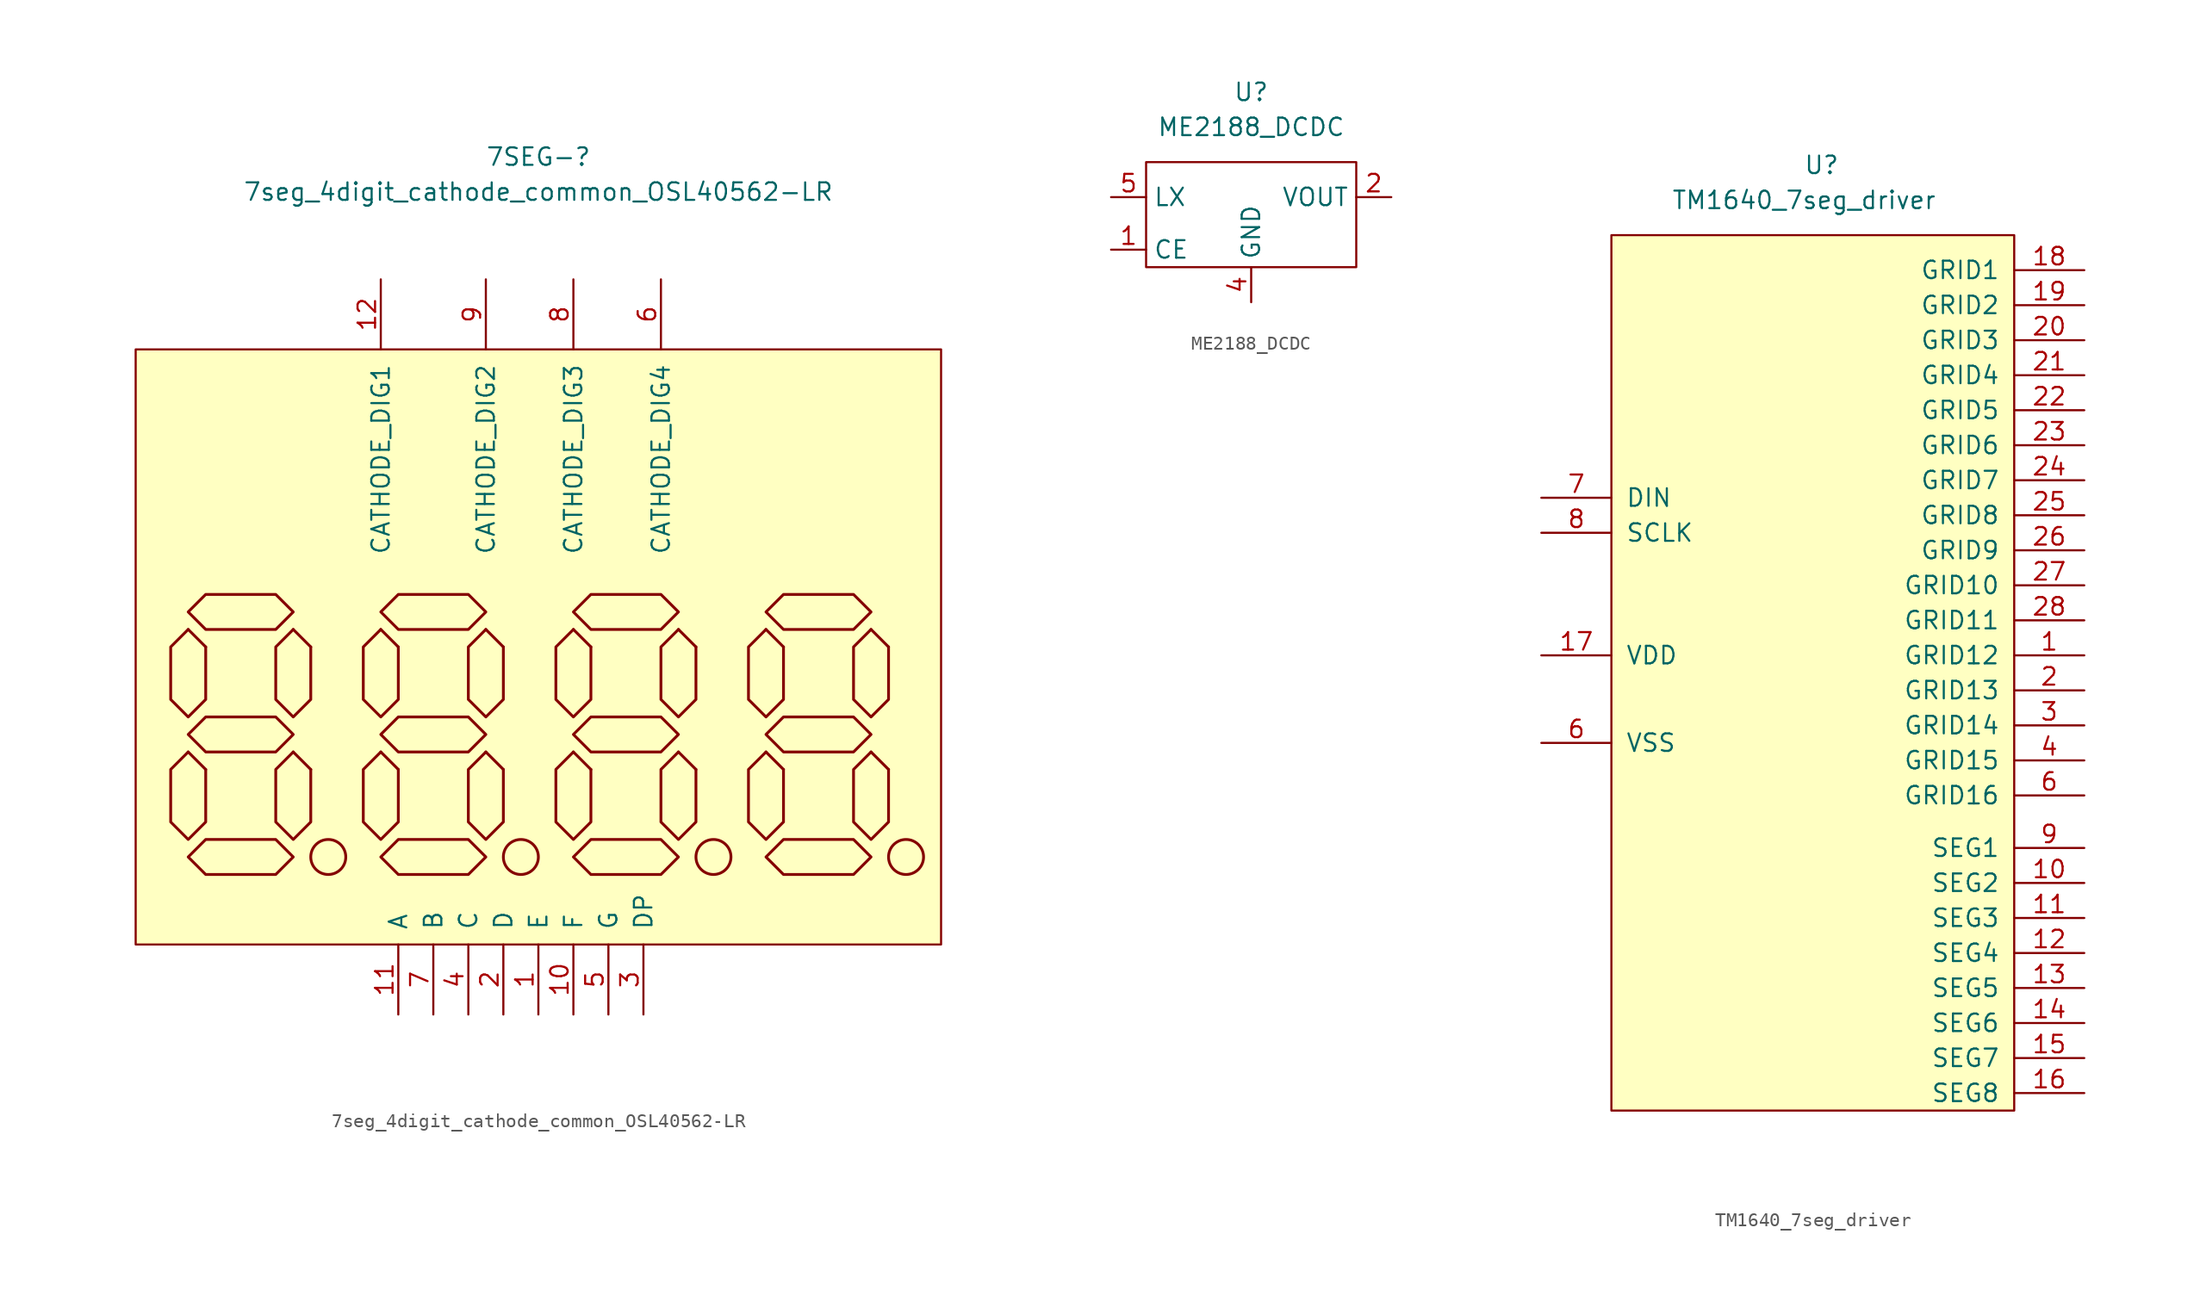
<source format=kicad_sym>
(kicad_symbol_lib
  (version 20211014)
  (generator kicad_symbol_editor)
  (symbol "7seg_4digit_cathode_common_OSL40562-LR"
    (pin_names
      (offset 1.016))
    (property "Reference" "7SEG-"
      (at 1.27 29.21 0)
      (effects (font (size 1.27 1.27))))
    (property "Value" "7seg_4digit_cathode_common_OSL40562-LR"
      (at 1.27 26.67 0)
      (effects (font (size 1.27 1.27))))
    (symbol "7seg_4digit_cathode_common_OSL40562-LR_0_0"
      (circle (center -13.97 -21.59) (radius 1.27) (stroke (width 0.203) (type default) (color 0 0 0 0)) (fill (type none)))
      (polyline (pts (xy -22.86 -6.35) (xy -24.13 -5.08)) (stroke (width 0.203) (type default) (color 0 0 0 0)) (fill (type none)))
      (polyline (pts (xy -24.13 -5.08) (xy -25.4 -6.35) (xy -25.4 -10.16) (xy -24.13 -11.43) (xy -22.86 -10.16) (xy -22.86 -6.35)) (stroke (width 0.203) (type default) (color 0 0 0 0)) (fill (type none)))
      (polyline (pts (xy -24.13 -3.81) (xy -22.86 -2.54) (xy -17.78 -2.54) (xy -16.51 -3.81) (xy -17.78 -5.08) (xy -22.86 -5.08) (xy -24.13 -3.81)) (stroke (width 0.203) (type default) (color 0 0 0 0)) (fill (type none))))
    (symbol "7seg_4digit_cathode_common_OSL40562-LR_0_1"
      (rectangle (start -27.94 -27.94) (end 30.48 15.24) (stroke (width 0) (type default) (color 0 0 0 0)) (fill (type background))))
    (symbol "7seg_4digit_cathode_common_OSL40562-LR_1_1"
      (circle (center 0 -21.59) (radius 1.27) (stroke (width 0.203) (type default) (color 0 0 0 0)) (fill (type none)))
      (polyline (pts (xy -22.86 -15.24) (xy -24.13 -13.97)) (stroke (width 0.203) (type default) (color 0 0 0 0)) (fill (type none)))
      (polyline (pts (xy -15.24 -15.24) (xy -16.51 -13.97)) (stroke (width 0.203) (type default) (color 0 0 0 0)) (fill (type none)))
      (polyline (pts (xy -15.24 -6.35) (xy -16.51 -5.08)) (stroke (width 0.203) (type default) (color 0 0 0 0)) (fill (type none)))
      (polyline (pts (xy -8.89 -15.24) (xy -10.16 -13.97)) (stroke (width 0.203) (type default) (color 0 0 0 0)) (fill (type none)))
      (polyline (pts (xy -8.89 -6.35) (xy -10.16 -5.08)) (stroke (width 0.203) (type default) (color 0 0 0 0)) (fill (type none)))
      (polyline (pts (xy -1.27 -15.24) (xy -2.54 -13.97)) (stroke (width 0.203) (type default) (color 0 0 0 0)) (fill (type none)))
      (polyline (pts (xy -1.27 -6.35) (xy -2.54 -5.08)) (stroke (width 0.203) (type default) (color 0 0 0 0)) (fill (type none)))
      (polyline (pts (xy 5.08 -15.24) (xy 3.81 -13.97)) (stroke (width 0.203) (type default) (color 0 0 0 0)) (fill (type none)))
      (polyline (pts (xy 5.08 -6.35) (xy 3.81 -5.08)) (stroke (width 0.203) (type default) (color 0 0 0 0)) (fill (type none)))
      (polyline (pts (xy 12.7 -15.24) (xy 11.43 -13.97)) (stroke (width 0.203) (type default) (color 0 0 0 0)) (fill (type none)))
      (polyline (pts (xy 12.7 -6.35) (xy 11.43 -5.08)) (stroke (width 0.203) (type default) (color 0 0 0 0)) (fill (type none)))
      (polyline (pts (xy 19.05 -15.24) (xy 17.78 -13.97)) (stroke (width 0.203) (type default) (color 0 0 0 0)) (fill (type none)))
      (polyline (pts (xy 19.05 -6.35) (xy 17.78 -5.08)) (stroke (width 0.203) (type default) (color 0 0 0 0)) (fill (type none)))
      (polyline (pts (xy 26.67 -15.24) (xy 25.4 -13.97)) (stroke (width 0.203) (type default) (color 0 0 0 0)) (fill (type none)))
      (polyline (pts (xy 26.67 -6.35) (xy 25.4 -5.08)) (stroke (width 0.203) (type default) (color 0 0 0 0)) (fill (type none)))
      (polyline (pts (xy -24.13 -13.97) (xy -25.4 -15.24) (xy -25.4 -19.05) (xy -24.13 -20.32) (xy -22.86 -19.05) (xy -22.86 -15.24)) (stroke (width 0.203) (type default) (color 0 0 0 0)) (fill (type none)))
      (polyline (pts (xy -16.51 -13.97) (xy -17.78 -15.24) (xy -17.78 -19.05) (xy -16.51 -20.32) (xy -15.24 -19.05) (xy -15.24 -15.24)) (stroke (width 0.203) (type default) (color 0 0 0 0)) (fill (type none)))
      (polyline (pts (xy -16.51 -5.08) (xy -17.78 -6.35) (xy -17.78 -10.16) (xy -16.51 -11.43) (xy -15.24 -10.16) (xy -15.24 -6.35)) (stroke (width 0.203) (type default) (color 0 0 0 0)) (fill (type none)))
      (polyline (pts (xy -10.16 -13.97) (xy -11.43 -15.24) (xy -11.43 -19.05) (xy -10.16 -20.32) (xy -8.89 -19.05) (xy -8.89 -15.24)) (stroke (width 0.203) (type default) (color 0 0 0 0)) (fill (type none)))
      (polyline (pts (xy -10.16 -5.08) (xy -11.43 -6.35) (xy -11.43 -10.16) (xy -10.16 -11.43) (xy -8.89 -10.16) (xy -8.89 -6.35)) (stroke (width 0.203) (type default) (color 0 0 0 0)) (fill (type none)))
      (polyline (pts (xy -2.54 -13.97) (xy -3.81 -15.24) (xy -3.81 -19.05) (xy -2.54 -20.32) (xy -1.27 -19.05) (xy -1.27 -15.24)) (stroke (width 0.203) (type default) (color 0 0 0 0)) (fill (type none)))
      (polyline (pts (xy -2.54 -5.08) (xy -3.81 -6.35) (xy -3.81 -10.16) (xy -2.54 -11.43) (xy -1.27 -10.16) (xy -1.27 -6.35)) (stroke (width 0.203) (type default) (color 0 0 0 0)) (fill (type none)))
      (polyline (pts (xy 3.81 -13.97) (xy 2.54 -15.24) (xy 2.54 -19.05) (xy 3.81 -20.32) (xy 5.08 -19.05) (xy 5.08 -15.24)) (stroke (width 0.203) (type default) (color 0 0 0 0)) (fill (type none)))
      (polyline (pts (xy 3.81 -5.08) (xy 2.54 -6.35) (xy 2.54 -10.16) (xy 3.81 -11.43) (xy 5.08 -10.16) (xy 5.08 -6.35)) (stroke (width 0.203) (type default) (color 0 0 0 0)) (fill (type none)))
      (polyline (pts (xy 11.43 -13.97) (xy 10.16 -15.24) (xy 10.16 -19.05) (xy 11.43 -20.32) (xy 12.7 -19.05) (xy 12.7 -15.24)) (stroke (width 0.203) (type default) (color 0 0 0 0)) (fill (type none)))
      (polyline (pts (xy 11.43 -5.08) (xy 10.16 -6.35) (xy 10.16 -10.16) (xy 11.43 -11.43) (xy 12.7 -10.16) (xy 12.7 -6.35)) (stroke (width 0.203) (type default) (color 0 0 0 0)) (fill (type none)))
      (polyline (pts (xy 17.78 -13.97) (xy 16.51 -15.24) (xy 16.51 -19.05) (xy 17.78 -20.32) (xy 19.05 -19.05) (xy 19.05 -15.24)) (stroke (width 0.203) (type default) (color 0 0 0 0)) (fill (type none)))
      (polyline (pts (xy 17.78 -5.08) (xy 16.51 -6.35) (xy 16.51 -10.16) (xy 17.78 -11.43) (xy 19.05 -10.16) (xy 19.05 -6.35)) (stroke (width 0.203) (type default) (color 0 0 0 0)) (fill (type none)))
      (polyline (pts (xy 25.4 -13.97) (xy 24.13 -15.24) (xy 24.13 -19.05) (xy 25.4 -20.32) (xy 26.67 -19.05) (xy 26.67 -15.24)) (stroke (width 0.203) (type default) (color 0 0 0 0)) (fill (type none)))
      (polyline (pts (xy 25.4 -5.08) (xy 24.13 -6.35) (xy 24.13 -10.16) (xy 25.4 -11.43) (xy 26.67 -10.16) (xy 26.67 -6.35)) (stroke (width 0.203) (type default) (color 0 0 0 0)) (fill (type none)))
      (polyline (pts (xy -24.13 -21.59) (xy -22.86 -20.32) (xy -17.78 -20.32) (xy -16.51 -21.59) (xy -17.78 -22.86) (xy -22.86 -22.86) (xy -24.13 -21.59)) (stroke (width 0.203) (type default) (color 0 0 0 0)) (fill (type none)))
      (polyline (pts (xy -24.13 -12.7) (xy -22.86 -11.43) (xy -17.78 -11.43) (xy -16.51 -12.7) (xy -17.78 -13.97) (xy -22.86 -13.97) (xy -24.13 -12.7)) (stroke (width 0.203) (type default) (color 0 0 0 0)) (fill (type none)))
      (polyline (pts (xy -10.16 -21.59) (xy -8.89 -20.32) (xy -3.81 -20.32) (xy -2.54 -21.59) (xy -3.81 -22.86) (xy -8.89 -22.86) (xy -10.16 -21.59)) (stroke (width 0.203) (type default) (color 0 0 0 0)) (fill (type none)))
      (polyline (pts (xy -10.16 -12.7) (xy -8.89 -11.43) (xy -3.81 -11.43) (xy -2.54 -12.7) (xy -3.81 -13.97) (xy -8.89 -13.97) (xy -10.16 -12.7)) (stroke (width 0.203) (type default) (color 0 0 0 0)) (fill (type none)))
      (polyline (pts (xy -10.16 -3.81) (xy -8.89 -2.54) (xy -3.81 -2.54) (xy -2.54 -3.81) (xy -3.81 -5.08) (xy -8.89 -5.08) (xy -10.16 -3.81)) (stroke (width 0.203) (type default) (color 0 0 0 0)) (fill (type none)))
      (polyline (pts (xy 3.81 -21.59) (xy 5.08 -20.32) (xy 10.16 -20.32) (xy 11.43 -21.59) (xy 10.16 -22.86) (xy 5.08 -22.86) (xy 3.81 -21.59)) (stroke (width 0.203) (type default) (color 0 0 0 0)) (fill (type none)))
      (polyline (pts (xy 3.81 -12.7) (xy 5.08 -11.43) (xy 10.16 -11.43) (xy 11.43 -12.7) (xy 10.16 -13.97) (xy 5.08 -13.97) (xy 3.81 -12.7)) (stroke (width 0.203) (type default) (color 0 0 0 0)) (fill (type none)))
      (polyline (pts (xy 3.81 -3.81) (xy 5.08 -2.54) (xy 10.16 -2.54) (xy 11.43 -3.81) (xy 10.16 -5.08) (xy 5.08 -5.08) (xy 3.81 -3.81)) (stroke (width 0.203) (type default) (color 0 0 0 0)) (fill (type none)))
      (polyline (pts (xy 17.78 -21.59) (xy 19.05 -20.32) (xy 24.13 -20.32) (xy 25.4 -21.59) (xy 24.13 -22.86) (xy 19.05 -22.86) (xy 17.78 -21.59)) (stroke (width 0.203) (type default) (color 0 0 0 0)) (fill (type none)))
      (polyline (pts (xy 17.78 -12.7) (xy 19.05 -11.43) (xy 24.13 -11.43) (xy 25.4 -12.7) (xy 24.13 -13.97) (xy 19.05 -13.97) (xy 17.78 -12.7)) (stroke (width 0.203) (type default) (color 0 0 0 0)) (fill (type none)))
      (polyline (pts (xy 17.78 -3.81) (xy 19.05 -2.54) (xy 24.13 -2.54) (xy 25.4 -3.81) (xy 24.13 -5.08) (xy 19.05 -5.08) (xy 17.78 -3.81)) (stroke (width 0.203) (type default) (color 0 0 0 0)) (fill (type none)))
      (circle (center 13.97 -21.59) (radius 1.27) (stroke (width 0.203) (type default) (color 0 0 0 0)) (fill (type none)))
      (circle (center 27.94 -21.59) (radius 1.27) (stroke (width 0.203) (type default) (color 0 0 0 0)) (fill (type none)))
      (pin bidirectional line (at 1.27 -33.02 90) (length 5.08) (name "E" (effects (font (size 1.27 1.27)))) (number "1" (effects (font (size 1.27 1.27)))))
      (pin bidirectional line (at 3.81 -33.02 90) (length 5.08) (name "F" (effects (font (size 1.27 1.27)))) (number "10" (effects (font (size 1.27 1.27)))))
      (pin bidirectional line (at -8.89 -33.02 90) (length 5.08) (name "A" (effects (font (size 1.27 1.27)))) (number "11" (effects (font (size 1.27 1.27)))))
      (pin output line (at -10.16 20.32 270) (length 5.08) (name "CATHODE_DIG1" (effects (font (size 1.27 1.27)))) (number "12" (effects (font (size 1.27 1.27)))))
      (pin bidirectional line (at -1.27 -33.02 90) (length 5.08) (name "D" (effects (font (size 1.27 1.27)))) (number "2" (effects (font (size 1.27 1.27)))))
      (pin bidirectional line (at 8.89 -33.02 90) (length 5.08) (name "DP" (effects (font (size 1.27 1.27)))) (number "3" (effects (font (size 1.27 1.27)))))
      (pin bidirectional line (at -3.81 -33.02 90) (length 5.08) (name "C" (effects (font (size 1.27 1.27)))) (number "4" (effects (font (size 1.27 1.27)))))
      (pin bidirectional line (at 6.35 -33.02 90) (length 5.08) (name "G" (effects (font (size 1.27 1.27)))) (number "5" (effects (font (size 1.27 1.27)))))
      (pin output line (at 10.16 20.32 270) (length 5.08) (name "CATHODE_DIG4" (effects (font (size 1.27 1.27)))) (number "6" (effects (font (size 1.27 1.27)))))
      (pin bidirectional line (at -6.35 -33.02 90) (length 5.08) (name "B" (effects (font (size 1.27 1.27)))) (number "7" (effects (font (size 1.27 1.27)))))
      (pin output line (at 3.81 20.32 270) (length 5.08) (name "CATHODE_DIG3" (effects (font (size 1.27 1.27)))) (number "8" (effects (font (size 1.27 1.27)))))
      (pin output line (at -2.54 20.32 270) (length 5.08) (name "CATHODE_DIG2" (effects (font (size 1.27 1.27)))) (number "9" (effects (font (size 1.27 1.27)))))))
  (symbol "ME2188_DCDC"
    (property "Reference" "U"
      (at 0 7.62 0)
      (effects (font (size 1.27 1.27))))
    (property "Value" "ME2188_DCDC"
      (at 0 5.08 0)
      (effects (font (size 1.27 1.27))))
    (symbol "ME2188_DCDC_0_1"
      (rectangle (start -7.62 2.54) (end 7.62 -5.08) (stroke (width 0.152) (type default) (color 0 0 0 0)) (fill (type none))))
    (symbol "ME2188_DCDC_1_1"
      (pin passive line (at -10.16 -3.81 0) (length 2.54) (name "CE" (effects (font (size 1.27 1.27)))) (number "1" (effects (font (size 1.27 1.27)))))
      (pin passive line (at 10.16 0 180) (length 2.54) (name "VOUT" (effects (font (size 1.27 1.27)))) (number "2" (effects (font (size 1.27 1.27)))))
      (pin passive line (at 0 -7.62 90) (length 2.54) (name "GND" (effects (font (size 1.27 1.27)))) (number "4" (effects (font (size 1.27 1.27)))))
      (pin passive line (at -10.16 0 0) (length 2.54) (name "LX" (effects (font (size 1.27 1.27)))) (number "5" (effects (font (size 1.27 1.27)))))))
  (symbol "TM1640_7seg_driver"
    (pin_names
      (offset 1.016))
    (property "Reference" "U"
      (at 0 26.67 0)
      (effects (font (size 1.27 1.27))))
    (property "Value" "TM1640_7seg_driver"
      (at -1.27 24.13 0)
      (effects (font (size 1.27 1.27))))
    (symbol "TM1640_7seg_driver_0_1"
      (rectangle (start 13.97 21.59) (end -15.24 -41.91) (stroke (width 0) (type default) (color 0 0 0 0)) (fill (type background))))
    (symbol "TM1640_7seg_driver_1_1"
      (pin input line (at 19.05 -8.89 180) (length 5.08) (name "GRID12" (effects (font (size 1.27 1.27)))) (number "1" (effects (font (size 1.27 1.27)))))
      (pin output line (at 19.05 -25.4 180) (length 5.08) (name "SEG2" (effects (font (size 1.27 1.27)))) (number "10" (effects (font (size 1.27 1.27)))))
      (pin output line (at 19.05 -27.94 180) (length 5.08) (name "SEG3" (effects (font (size 1.27 1.27)))) (number "11" (effects (font (size 1.27 1.27)))))
      (pin output line (at 19.05 -30.48 180) (length 5.08) (name "SEG4" (effects (font (size 1.27 1.27)))) (number "12" (effects (font (size 1.27 1.27)))))
      (pin output line (at 19.05 -33.02 180) (length 5.08) (name "SEG5" (effects (font (size 1.27 1.27)))) (number "13" (effects (font (size 1.27 1.27)))))
      (pin output line (at 19.05 -35.56 180) (length 5.08) (name "SEG6" (effects (font (size 1.27 1.27)))) (number "14" (effects (font (size 1.27 1.27)))))
      (pin output line (at 19.05 -38.1 180) (length 5.08) (name "SEG7" (effects (font (size 1.27 1.27)))) (number "15" (effects (font (size 1.27 1.27)))))
      (pin output line (at 19.05 -40.64 180) (length 5.08) (name "SEG8" (effects (font (size 1.27 1.27)))) (number "16" (effects (font (size 1.27 1.27)))))
      (pin power_in line (at -20.32 -8.89 0) (length 5.08) (name "VDD" (effects (font (size 1.27 1.27)))) (number "17" (effects (font (size 1.27 1.27)))))
      (pin input line (at 19.05 19.05 180) (length 5.08) (name "GRID1" (effects (font (size 1.27 1.27)))) (number "18" (effects (font (size 1.27 1.27)))))
      (pin input line (at 19.05 16.51 180) (length 5.08) (name "GRID2" (effects (font (size 1.27 1.27)))) (number "19" (effects (font (size 1.27 1.27)))))
      (pin input line (at 19.05 -11.43 180) (length 5.08) (name "GRID13" (effects (font (size 1.27 1.27)))) (number "2" (effects (font (size 1.27 1.27)))))
      (pin input line (at 19.05 13.97 180) (length 5.08) (name "GRID3" (effects (font (size 1.27 1.27)))) (number "20" (effects (font (size 1.27 1.27)))))
      (pin input line (at 19.05 11.43 180) (length 5.08) (name "GRID4" (effects (font (size 1.27 1.27)))) (number "21" (effects (font (size 1.27 1.27)))))
      (pin bidirectional line (at 19.05 8.89 180) (length 5.08) (name "GRID5" (effects (font (size 1.27 1.27)))) (number "22" (effects (font (size 1.27 1.27)))))
      (pin bidirectional line (at 19.05 6.35 180) (length 5.08) (name "GRID6" (effects (font (size 1.27 1.27)))) (number "23" (effects (font (size 1.27 1.27)))))
      (pin bidirectional line (at 19.05 3.81 180) (length 5.08) (name "GRID7" (effects (font (size 1.27 1.27)))) (number "24" (effects (font (size 1.27 1.27)))))
      (pin bidirectional line (at 19.05 1.27 180) (length 5.08) (name "GRID8" (effects (font (size 1.27 1.27)))) (number "25" (effects (font (size 1.27 1.27)))))
      (pin input line (at 19.05 -1.27 180) (length 5.08) (name "GRID9" (effects (font (size 1.27 1.27)))) (number "26" (effects (font (size 1.27 1.27)))))
      (pin input line (at 19.05 -3.81 180) (length 5.08) (name "GRID10" (effects (font (size 1.27 1.27)))) (number "27" (effects (font (size 1.27 1.27)))))
      (pin input line (at 19.05 -6.35 180) (length 5.08) (name "GRID11" (effects (font (size 1.27 1.27)))) (number "28" (effects (font (size 1.27 1.27)))))
      (pin input line (at 19.05 -13.97 180) (length 5.08) (name "GRID14" (effects (font (size 1.27 1.27)))) (number "3" (effects (font (size 1.27 1.27)))))
      (pin input line (at 19.05 -16.51 180) (length 5.08) (name "GRID15" (effects (font (size 1.27 1.27)))) (number "4" (effects (font (size 1.27 1.27)))))
      (pin input line (at 19.05 -19.05 180) (length 5.08) (name "GRID16" (effects (font (size 1.27 1.27)))) (number "6" (effects (font (size 1.27 1.27)))))
      (pin power_in line (at -20.32 -15.24 0) (length 5.08) (name "VSS" (effects (font (size 1.27 1.27)))) (number "6" (effects (font (size 1.27 1.27)))))
      (pin input line (at -20.32 2.54 0) (length 5.08) (name "DIN" (effects (font (size 1.27 1.27)))) (number "7" (effects (font (size 1.27 1.27)))))
      (pin input line (at -20.32 0 0) (length 5.08) (name "SCLK" (effects (font (size 1.27 1.27)))) (number "8" (effects (font (size 1.27 1.27)))))
      (pin output line (at 19.05 -22.86 180) (length 5.08) (name "SEG1" (effects (font (size 1.27 1.27)))) (number "9" (effects (font (size 1.27 1.27))))))))
</source>
